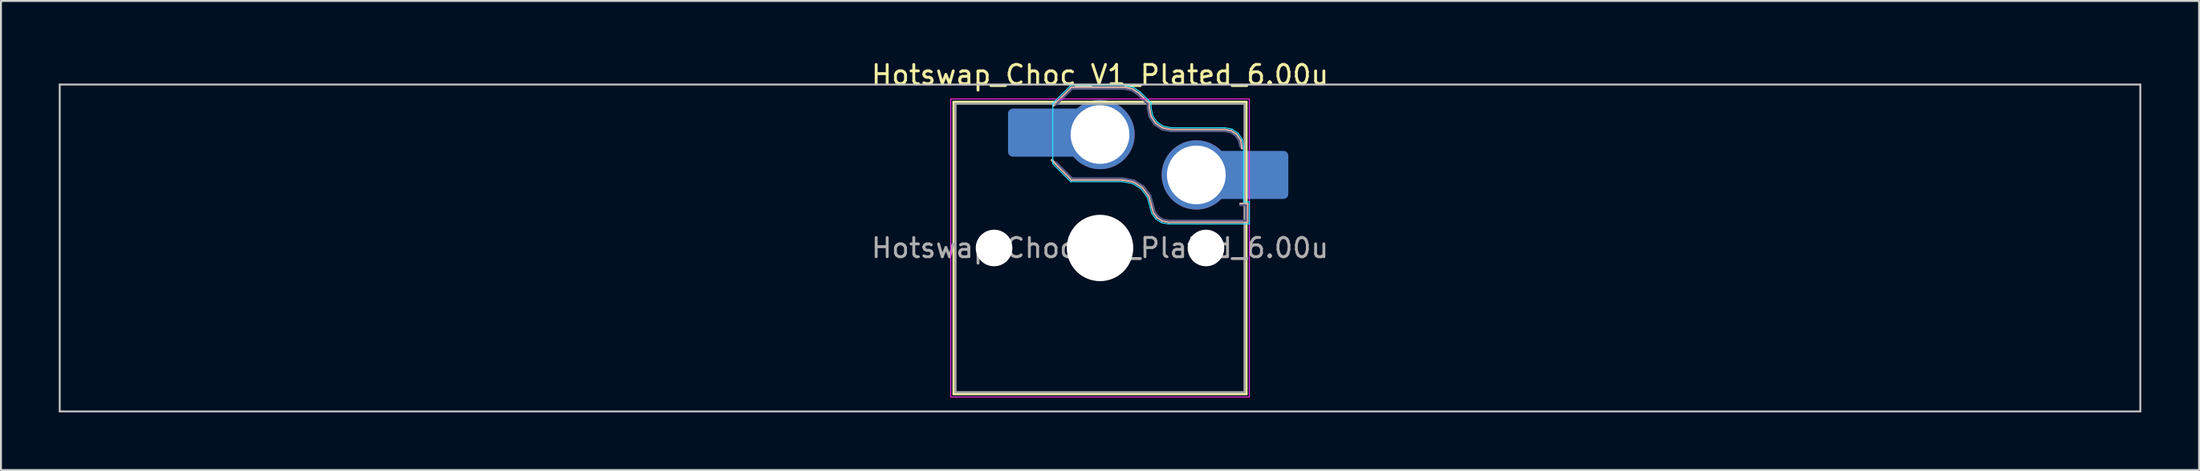
<source format=kicad_pcb>
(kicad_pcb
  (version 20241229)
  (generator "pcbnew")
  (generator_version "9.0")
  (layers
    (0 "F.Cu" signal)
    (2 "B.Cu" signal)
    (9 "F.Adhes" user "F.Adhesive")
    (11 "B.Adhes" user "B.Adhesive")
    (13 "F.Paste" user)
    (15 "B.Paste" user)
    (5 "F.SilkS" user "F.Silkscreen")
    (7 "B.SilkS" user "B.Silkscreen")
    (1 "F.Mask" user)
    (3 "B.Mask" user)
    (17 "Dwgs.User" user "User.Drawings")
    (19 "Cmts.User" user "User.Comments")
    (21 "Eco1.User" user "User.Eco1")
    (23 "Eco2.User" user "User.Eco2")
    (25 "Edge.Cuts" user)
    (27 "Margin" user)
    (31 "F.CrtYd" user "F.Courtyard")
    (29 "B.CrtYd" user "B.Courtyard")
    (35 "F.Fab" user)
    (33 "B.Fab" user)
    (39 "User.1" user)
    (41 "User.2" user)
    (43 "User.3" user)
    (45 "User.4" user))
  (footprint "Hotswap_Choc_V1_Plated_6.00u"
    (layer "F.Cu")
    (at 54.05 9.848)
    (property "Reference" "Hotswap_Choc_V1_Plated_6.00u" (at 0 -9 0) (layer "F.SilkS") (effects (font (size 1 1) (thickness 0.15))))
    (attr smd)
    (fp_line (start -7.6 -7.6) (end -7.6 7.6) (stroke (width 0.12) (type solid)) (layer "F.SilkS"))
    (fp_line (start -7.6 7.6) (end 7.6 7.6) (stroke (width 0.12) (type solid)) (layer "F.SilkS"))
    (fp_line (start 7.6 -7.6) (end -7.6 -7.6) (stroke (width 0.12) (type solid)) (layer "F.SilkS"))
    (fp_line (start 7.6 7.6) (end 7.6 -7.6) (stroke (width 0.12) (type solid)) (layer "F.SilkS"))
    (fp_line (start -2.416 -7.409) (end -1.479 -8.346) (stroke (width 0.12) (type solid)) (layer "B.SilkS"))
    (fp_line (start -1.479 -8.346) (end 1.268 -8.346) (stroke (width 0.12) (type solid)) (layer "B.SilkS"))
    (fp_line (start -1.479 -3.554) (end -2.5 -4.575) (stroke (width 0.12) (type solid)) (layer "B.SilkS"))
    (fp_line (start 1.168 -3.554) (end -1.479 -3.554) (stroke (width 0.12) (type solid)) (layer "B.SilkS"))
    (fp_line (start 1.268 -8.346) (end 1.671 -8.266) (stroke (width 0.12) (type solid)) (layer "B.SilkS"))
    (fp_line (start 1.671 -8.266) (end 2.013 -8.037) (stroke (width 0.12) (type solid)) (layer "B.SilkS"))
    (fp_line (start 1.73 -3.449) (end 1.168 -3.554) (stroke (width 0.12) (type solid)) (layer "B.SilkS"))
    (fp_line (start 2.013 -8.037) (end 2.546 -7.504) (stroke (width 0.12) (type solid)) (layer "B.SilkS"))
    (fp_line (start 2.209 -3.15) (end 1.73 -3.449) (stroke (width 0.12) (type solid)) (layer "B.SilkS"))
    (fp_line (start 2.546 -7.504) (end 2.546 -7.282) (stroke (width 0.12) (type solid)) (layer "B.SilkS"))
    (fp_line (start 2.546 -7.282) (end 2.633 -6.844) (stroke (width 0.12) (type solid)) (layer "B.SilkS"))
    (fp_line (start 2.547 -2.697) (end 2.209 -3.15) (stroke (width 0.12) (type solid)) (layer "B.SilkS"))
    (fp_line (start 2.633 -6.844) (end 2.877 -6.477) (stroke (width 0.12) (type solid)) (layer "B.SilkS"))
    (fp_line (start 2.701 -2.139) (end 2.547 -2.697) (stroke (width 0.12) (type solid)) (layer "B.SilkS"))
    (fp_line (start 2.783 -1.841) (end 2.701 -2.139) (stroke (width 0.12) (type solid)) (layer "B.SilkS"))
    (fp_line (start 2.877 -6.477) (end 3.244 -6.233) (stroke (width 0.12) (type solid)) (layer "B.SilkS"))
    (fp_line (start 2.976 -1.583) (end 2.783 -1.841) (stroke (width 0.12) (type solid)) (layer "B.SilkS"))
    (fp_line (start 3.244 -6.233) (end 3.682 -6.146) (stroke (width 0.12) (type solid)) (layer "B.SilkS"))
    (fp_line (start 3.25 -1.413) (end 2.976 -1.583) (stroke (width 0.12) (type solid)) (layer "B.SilkS"))
    (fp_line (start 3.56 -1.354) (end 3.25 -1.413) (stroke (width 0.12) (type solid)) (layer "B.SilkS"))
    (fp_line (start 3.682 -6.146) (end 6.482 -6.146) (stroke (width 0.12) (type solid)) (layer "B.SilkS"))
    (fp_line (start 6.482 -6.146) (end 6.809 -6.081) (stroke (width 0.12) (type solid)) (layer "B.SilkS"))
    (fp_line (start 6.809 -6.081) (end 7.092 -5.892) (stroke (width 0.12) (type solid)) (layer "B.SilkS"))
    (fp_line (start 7.092 -5.892) (end 7.281 -5.609) (stroke (width 0.12) (type solid)) (layer "B.SilkS"))
    (fp_line (start 7.281 -5.609) (end 7.366 -5.182) (stroke (width 0.12) (type solid)) (layer "B.SilkS"))
    (fp_line (start 7.283 -2.296) (end 7.646 -2.296) (stroke (width 0.12) (type solid)) (layer "B.SilkS"))
    (fp_line (start 7.646 -2.296) (end 7.646 -1.354) (stroke (width 0.12) (type solid)) (layer "B.SilkS"))
    (fp_line (start 7.646 -1.354) (end 3.56 -1.354) (stroke (width 0.12) (type solid)) (layer "B.SilkS"))
    (fp_line (start -54 -8.5) (end -54 8.5) (stroke (width 0.1) (type solid)) (layer "Dwgs.User"))
    (fp_line (start -54 8.5) (end 54 8.5) (stroke (width 0.1) (type solid)) (layer "Dwgs.User"))
    (fp_line (start 54 -8.5) (end -54 -8.5) (stroke (width 0.1) (type solid)) (layer "Dwgs.User"))
    (fp_line (start 54 8.5) (end 54 -8.5) (stroke (width 0.1) (type solid)) (layer "Dwgs.User"))
    (fp_line (start -7.25 -7.25) (end -7.25 7.25) (stroke (width 0.1) (type solid)) (layer "Eco1.User"))
    (fp_line (start -7.25 7.25) (end 7.25 7.25) (stroke (width 0.1) (type solid)) (layer "Eco1.User"))
    (fp_line (start 7.25 -7.25) (end -7.25 -7.25) (stroke (width 0.1) (type solid)) (layer "Eco1.User"))
    (fp_line (start 7.25 7.25) (end 7.25 -7.25) (stroke (width 0.1) (type solid)) (layer "Eco1.User"))
    (fp_line (start -2.452 -7.523) (end -1.523 -8.452) (stroke (width 0.05) (type solid)) (layer "B.CrtYd"))
    (fp_line (start -2.452 -4.377) (end -2.452 -7.523) (stroke (width 0.05) (type solid)) (layer "B.CrtYd"))
    (fp_line (start -1.523 -8.452) (end 1.278 -8.452) (stroke (width 0.05) (type solid)) (layer "B.CrtYd"))
    (fp_line (start -1.523 -3.448) (end -2.452 -4.377) (stroke (width 0.05) (type solid)) (layer "B.CrtYd"))
    (fp_line (start 1.159 -3.448) (end -1.523 -3.448) (stroke (width 0.05) (type solid)) (layer "B.CrtYd"))
    (fp_line (start 1.278 -8.452) (end 1.712 -8.366) (stroke (width 0.05) (type solid)) (layer "B.CrtYd"))
    (fp_line (start 1.691 -3.348) (end 1.159 -3.448) (stroke (width 0.05) (type solid)) (layer "B.CrtYd"))
    (fp_line (start 1.712 -8.366) (end 2.081 -8.119) (stroke (width 0.05) (type solid)) (layer "B.CrtYd"))
    (fp_line (start 2.081 -8.119) (end 2.652 -7.548) (stroke (width 0.05) (type solid)) (layer "B.CrtYd"))
    (fp_line (start 2.136 -3.071) (end 1.691 -3.348) (stroke (width 0.05) (type solid)) (layer "B.CrtYd"))
    (fp_line (start 2.45 -2.65) (end 2.136 -3.071) (stroke (width 0.05) (type solid)) (layer "B.CrtYd"))
    (fp_line (start 2.599 -2.111) (end 2.45 -2.65) (stroke (width 0.05) (type solid)) (layer "B.CrtYd"))
    (fp_line (start 2.652 -7.548) (end 2.652 -7.292) (stroke (width 0.05) (type solid)) (layer "B.CrtYd"))
    (fp_line (start 2.652 -7.292) (end 2.733 -6.885) (stroke (width 0.05) (type solid)) (layer "B.CrtYd"))
    (fp_line (start 2.687 -1.794) (end 2.599 -2.111) (stroke (width 0.05) (type solid)) (layer "B.CrtYd"))
    (fp_line (start 2.733 -6.885) (end 2.953 -6.553) (stroke (width 0.05) (type solid)) (layer "B.CrtYd"))
    (fp_line (start 2.903 -1.503) (end 2.687 -1.794) (stroke (width 0.05) (type solid)) (layer "B.CrtYd"))
    (fp_line (start 2.953 -6.553) (end 3.285 -6.333) (stroke (width 0.05) (type solid)) (layer "B.CrtYd"))
    (fp_line (start 3.211 -1.312) (end 2.903 -1.503) (stroke (width 0.05) (type solid)) (layer "B.CrtYd"))
    (fp_line (start 3.285 -6.333) (end 3.692 -6.252) (stroke (width 0.05) (type solid)) (layer "B.CrtYd"))
    (fp_line (start 3.55 -1.248) (end 3.211 -1.312) (stroke (width 0.05) (type solid)) (layer "B.CrtYd"))
    (fp_line (start 3.692 -6.252) (end 6.492 -6.252) (stroke (width 0.05) (type solid)) (layer "B.CrtYd"))
    (fp_line (start 6.492 -6.252) (end 6.85 -6.181) (stroke (width 0.05) (type solid)) (layer "B.CrtYd"))
    (fp_line (start 6.85 -6.181) (end 7.168 -5.968) (stroke (width 0.05) (type solid)) (layer "B.CrtYd"))
    (fp_line (start 7.168 -5.968) (end 7.381 -5.65) (stroke (width 0.05) (type solid)) (layer "B.CrtYd"))
    (fp_line (start 7.381 -5.65) (end 7.452 -5.292) (stroke (width 0.05) (type solid)) (layer "B.CrtYd"))
    (fp_line (start 7.452 -5.292) (end 7.452 -2.402) (stroke (width 0.05) (type solid)) (layer "B.CrtYd"))
    (fp_line (start 7.452 -2.402) (end 7.752 -2.402) (stroke (width 0.05) (type solid)) (layer "B.CrtYd"))
    (fp_line (start 7.752 -2.402) (end 7.752 -1.248) (stroke (width 0.05) (type solid)) (layer "B.CrtYd"))
    (fp_line (start 7.752 -1.248) (end 3.55 -1.248) (stroke (width 0.05) (type solid)) (layer "B.CrtYd"))
    (fp_line (start -7.75 -7.75) (end -7.75 7.75) (stroke (width 0.05) (type solid)) (layer "F.CrtYd"))
    (fp_line (start -7.75 7.75) (end 7.75 7.75) (stroke (width 0.05) (type solid)) (layer "F.CrtYd"))
    (fp_line (start 7.75 -7.75) (end -7.75 -7.75) (stroke (width 0.05) (type solid)) (layer "F.CrtYd"))
    (fp_line (start 7.75 7.75) (end 7.75 -7.75) (stroke (width 0.05) (type solid)) (layer "F.CrtYd"))
    (fp_line (start -2.275 -7.45) (end -1.45 -8.275) (stroke (width 0.1) (type solid)) (layer "B.Fab"))
    (fp_line (start -1.45 -8.275) (end 1.261 -8.275) (stroke (width 0.1) (type solid)) (layer "B.Fab"))
    (fp_line (start -1.45 -3.625) (end -2.275 -4.45) (stroke (width 0.1) (type solid)) (layer "B.Fab"))
    (fp_line (start 1.175 -3.625) (end -1.45 -3.625) (stroke (width 0.1) (type solid)) (layer "B.Fab"))
    (fp_line (start 1.261 -8.275) (end 1.643 -8.199) (stroke (width 0.1) (type solid)) (layer "B.Fab"))
    (fp_line (start 1.643 -8.199) (end 1.968 -7.982) (stroke (width 0.1) (type solid)) (layer "B.Fab"))
    (fp_line (start 1.756 -3.516) (end 1.175 -3.625) (stroke (width 0.1) (type solid)) (layer "B.Fab"))
    (fp_line (start 1.968 -7.982) (end 2.475 -7.475) (stroke (width 0.1) (type solid)) (layer "B.Fab"))
    (fp_line (start 2.258 -3.203) (end 1.756 -3.516) (stroke (width 0.1) (type solid)) (layer "B.Fab"))
    (fp_line (start 2.475 -7.475) (end 2.475 -7.275) (stroke (width 0.1) (type solid)) (layer "B.Fab"))
    (fp_line (start 2.475 -7.275) (end 2.566 -6.816) (stroke (width 0.1) (type solid)) (layer "B.Fab"))
    (fp_line (start 2.566 -6.816) (end 2.826 -6.426) (stroke (width 0.1) (type solid)) (layer "B.Fab"))
    (fp_line (start 2.612 -2.729) (end 2.258 -3.203) (stroke (width 0.1) (type solid)) (layer "B.Fab"))
    (fp_line (start 2.769 -2.158) (end 2.612 -2.729) (stroke (width 0.1) (type solid)) (layer "B.Fab"))
    (fp_line (start 2.826 -6.426) (end 3.216 -6.166) (stroke (width 0.1) (type solid)) (layer "B.Fab"))
    (fp_line (start 2.848 -1.873) (end 2.769 -2.158) (stroke (width 0.1) (type solid)) (layer "B.Fab"))
    (fp_line (start 3.025 -1.636) (end 2.848 -1.873) (stroke (width 0.1) (type solid)) (layer "B.Fab"))
    (fp_line (start 3.216 -6.166) (end 3.675 -6.075) (stroke (width 0.1) (type solid)) (layer "B.Fab"))
    (fp_line (start 3.276 -1.48) (end 3.025 -1.636) (stroke (width 0.1) (type solid)) (layer "B.Fab"))
    (fp_line (start 3.567 -1.425) (end 3.276 -1.48) (stroke (width 0.1) (type solid)) (layer "B.Fab"))
    (fp_line (start 3.675 -6.075) (end 6.475 -6.075) (stroke (width 0.1) (type solid)) (layer "B.Fab"))
    (fp_line (start 6.475 -6.075) (end 6.781 -6.014) (stroke (width 0.1) (type solid)) (layer "B.Fab"))
    (fp_line (start 6.781 -6.014) (end 7.041 -5.841) (stroke (width 0.1) (type solid)) (layer "B.Fab"))
    (fp_line (start 7.041 -5.841) (end 7.214 -5.581) (stroke (width 0.1) (type solid)) (layer "B.Fab"))
    (fp_line (start 7.214 -5.581) (end 7.275 -5.275) (stroke (width 0.1) (type solid)) (layer "B.Fab"))
    (fp_line (start 7.275 -2.225) (end 7.575 -2.225) (stroke (width 0.1) (type solid)) (layer "B.Fab"))
    (fp_line (start 7.575 -2.225) (end 7.575 -1.425) (stroke (width 0.1) (type solid)) (layer "B.Fab"))
    (fp_line (start 7.575 -1.425) (end 3.567 -1.425) (stroke (width 0.1) (type solid)) (layer "B.Fab"))
    (fp_line (start -7.5 -7.5) (end -7.5 7.5) (stroke (width 0.1) (type solid)) (layer "F.Fab"))
    (fp_line (start -7.5 7.5) (end 7.5 7.5) (stroke (width 0.1) (type solid)) (layer "F.Fab"))
    (fp_line (start 7.5 -7.5) (end -7.5 -7.5) (stroke (width 0.1) (type solid)) (layer "F.Fab"))
    (fp_line (start 7.5 7.5) (end 7.5 -7.5) (stroke (width 0.1) (type solid)) (layer "F.Fab"))
    (fp_text user "${REFERENCE}" (at 0 0 0) (layer "F.Fab") (effects (font (size 1 1) (thickness 0.15))))
    (pad "" np_thru_hole circle (at -5.5 0) (size 1.9 1.9) (drill 1.9) (layers "*.Cu" "*.Mask"))
    (pad "" smd roundrect (at -3.5 -6) (size 2.55 2.5) (layers "B.Mask" "B.Paste") (roundrect_rratio 0.1))
    (pad "" np_thru_hole circle (at 0 0) (size 3.45 3.45) (drill 3.45) (layers "*.Cu" "*.Mask"))
    (pad "" np_thru_hole circle (at 5.5 0) (size 1.9 1.9) (drill 1.9) (layers "*.Cu" "*.Mask"))
    (pad "" smd roundrect (at 8.5 -3.8) (size 2.55 2.5) (layers "B.Mask" "B.Paste") (roundrect_rratio 0.1))
    (pad "1" smd roundrect (at -2.85 -6) (size 3.85 2.5) (layers "B.Cu") (roundrect_rratio 0.1))
    (pad "1" thru_hole circle (at 0 -5.9) (size 3.6 3.6) (drill 3.05) (layers "*.Cu" "*.Mask"))
    (pad "2" thru_hole circle (at 5 -3.8) (size 3.6 3.6) (drill 3.05) (layers "*.Cu" "*.Mask"))
    (pad "2" smd roundrect (at 7.85 -3.8) (size 3.85 2.5) (layers "B.Cu") (roundrect_rratio 0.1)))
  (gr_rect
    (start -3 -3)
    (end 111.1 21.398)
    (stroke (width 0.1) (type default))
    (fill no)
    (layer "Edge.Cuts")))
</source>
